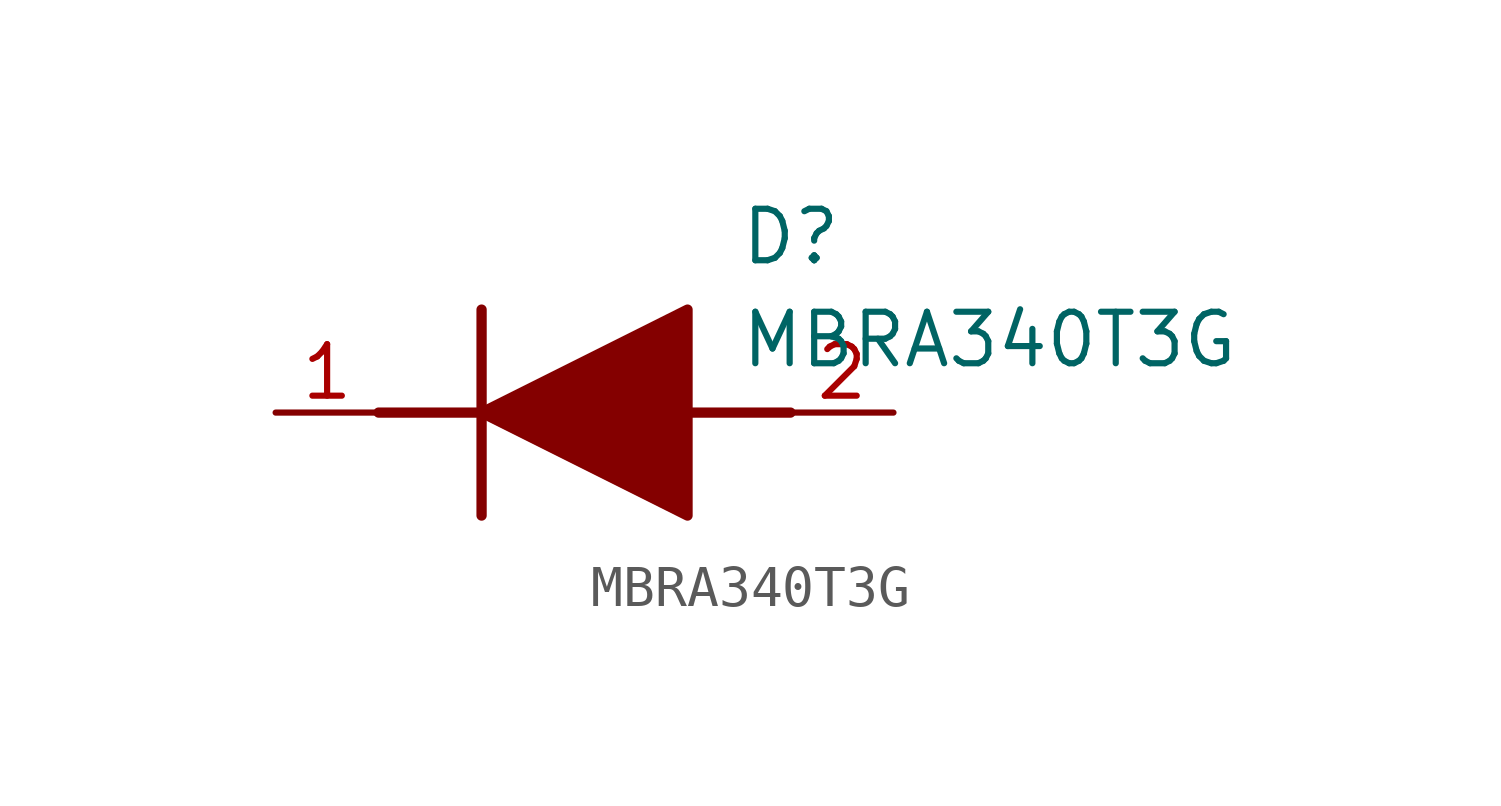
<source format=kicad_sym>
(kicad_symbol_lib
  (version 20211014)
  (generator SamacSys_ECAD_Model)
  (symbol "MBRA340T3G"
    (pin_names hide)
    (property "Reference" "D"
      (at 11.43 5.08 0)
      (effects (font (size 1.27 1.27)) (justify left top)))
    (property "Value" "MBRA340T3G"
      (at 11.43 2.54 0)
      (effects (font (size 1.27 1.27)) (justify left top)))
    (polyline
      (pts (xy 5.08 2.54) (xy 5.08 -2.54))
      (stroke (width 0.254) (type default))
      (fill (type none)))
    (polyline
      (pts (xy 2.54 0) (xy 5.08 0))
      (stroke (width 0.254) (type default))
      (fill (type none)))
    (polyline
      (pts (xy 10.16 0) (xy 12.7 0))
      (stroke (width 0.254) (type default))
      (fill (type none)))
    (polyline
      (pts (xy 5.08 0) (xy 10.16 2.54) (xy 10.16 -2.54) (xy 5.08 0))
      (stroke (width 0.254) (type default))
      (fill (type outline)))
    (pin passive line
      (at 0 0 0)
      (length 2.54)
      (name "K" (effects (font (size 1.27 1.27))))
      (number "1" (effects (font (size 1.27 1.27)))))
    (pin passive line
      (at 15.24 0 180)
      (length 2.54)
      (name "A" (effects (font (size 1.27 1.27))))
      (number "2" (effects (font (size 1.27 1.27)))))))
</source>
